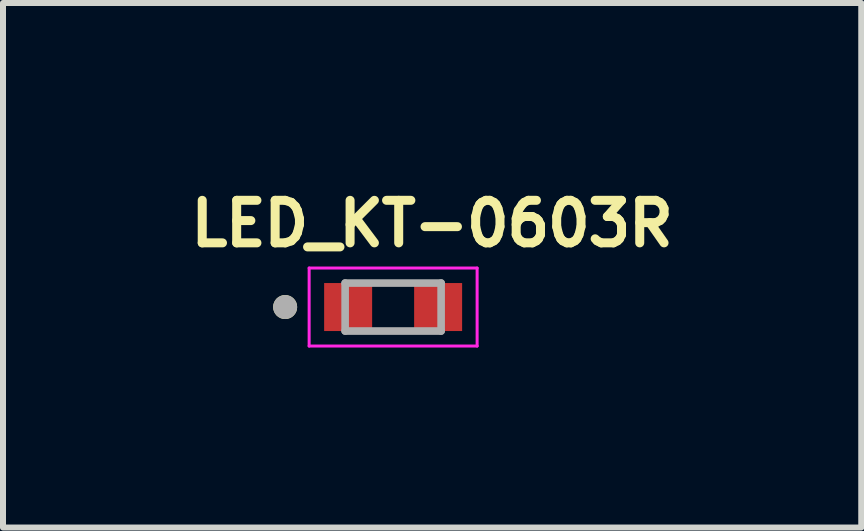
<source format=kicad_pcb>
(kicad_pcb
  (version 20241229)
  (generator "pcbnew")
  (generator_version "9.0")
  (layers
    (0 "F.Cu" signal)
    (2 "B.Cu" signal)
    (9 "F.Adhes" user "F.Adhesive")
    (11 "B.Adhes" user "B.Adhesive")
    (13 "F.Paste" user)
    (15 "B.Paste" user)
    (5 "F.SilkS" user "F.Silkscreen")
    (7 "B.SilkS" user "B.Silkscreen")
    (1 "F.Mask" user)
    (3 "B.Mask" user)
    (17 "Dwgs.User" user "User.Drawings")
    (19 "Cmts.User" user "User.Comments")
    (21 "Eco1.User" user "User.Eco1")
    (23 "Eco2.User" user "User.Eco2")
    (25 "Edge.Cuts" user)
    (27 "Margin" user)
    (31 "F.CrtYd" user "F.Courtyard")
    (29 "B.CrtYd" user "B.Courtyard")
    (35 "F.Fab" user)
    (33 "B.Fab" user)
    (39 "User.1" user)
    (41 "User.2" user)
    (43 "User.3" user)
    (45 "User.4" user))
  (footprint "LED_KT-0603R"
    (layer "F.Cu")
    (at 3.503 2.068)
    (property "Reference" "LED_KT-0603R" (at 0.65 -1.39 0) (layer "F.SilkS") (effects (font (size 0.709 0.709) (thickness 0.15))))
    (attr smd)
    (fp_circle (center -1.8 0) (end -1.7 0) (stroke (width 0.2) (type solid)) (fill no) (layer "F.SilkS"))
    (fp_line (start -1.4 -0.65) (end -1.4 0.65) (stroke (width 0.05) (type solid)) (layer "F.CrtYd"))
    (fp_line (start -1.4 0.65) (end 1.4 0.65) (stroke (width 0.05) (type solid)) (layer "F.CrtYd"))
    (fp_line (start 1.4 -0.65) (end -1.4 -0.65) (stroke (width 0.05) (type solid)) (layer "F.CrtYd"))
    (fp_line (start 1.4 0.65) (end 1.4 -0.65) (stroke (width 0.05) (type solid)) (layer "F.CrtYd"))
    (fp_line (start -0.8 -0.4) (end -0.8 0.4) (stroke (width 0.127) (type solid)) (layer "F.Fab"))
    (fp_line (start -0.8 0.4) (end 0.8 0.4) (stroke (width 0.127) (type solid)) (layer "F.Fab"))
    (fp_line (start 0.8 -0.4) (end -0.8 -0.4) (stroke (width 0.127) (type solid)) (layer "F.Fab"))
    (fp_line (start 0.8 0.4) (end 0.8 -0.4) (stroke (width 0.127) (type solid)) (layer "F.Fab"))
    (fp_circle (center -1.8 0) (end -1.7 0) (stroke (width 0.2) (type solid)) (fill no) (layer "F.Fab"))
    (pad "A" smd rect (at 0.75 0) (size 0.8 0.8) (layers "F.Cu" "F.Mask" "F.Paste"))
    (pad "C" smd rect (at -0.75 0) (size 0.8 0.8) (layers "F.Cu" "F.Mask" "F.Paste")))
  (gr_rect
    (start -3 -3)
    (end 11.306 5.743)
    (stroke (width 0.1) (type default))
    (fill no)
    (layer "Edge.Cuts")))
</source>
